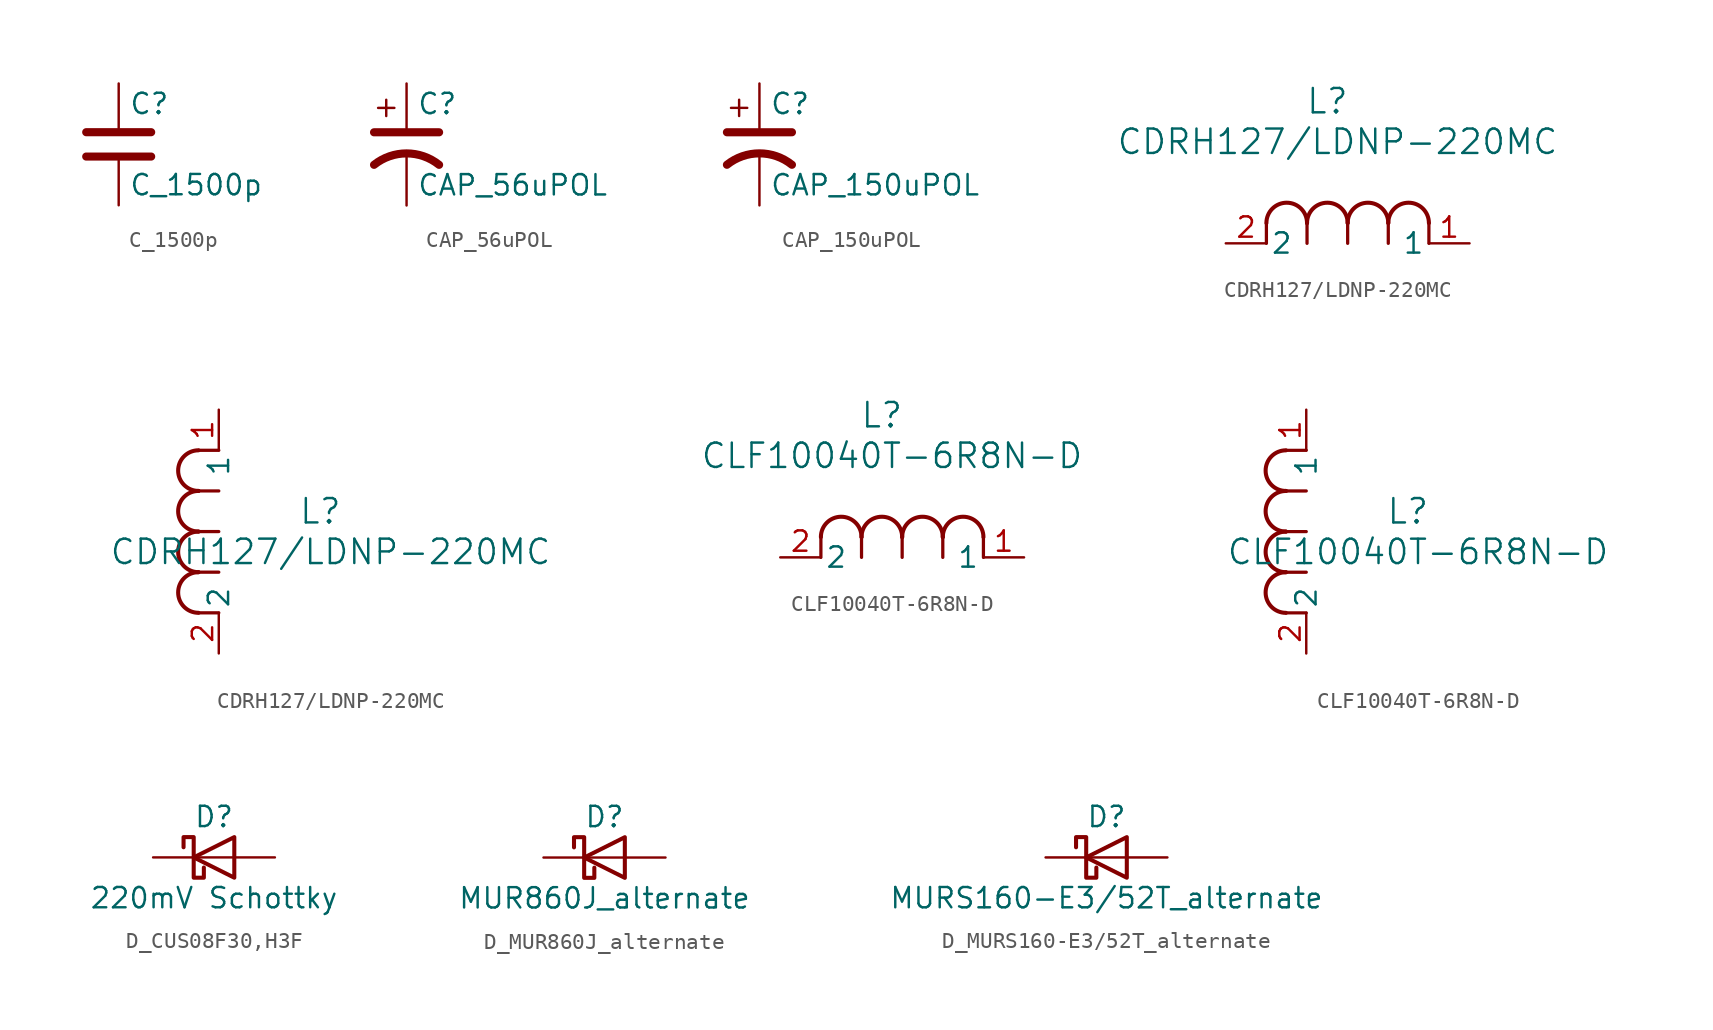
<source format=kicad_sym>
(kicad_symbol_lib
  (version 20241209)
  (generator "kicad_symbol_editor")
  (generator_version "9.0")
  (symbol "C_1500p"
    (pin_numbers
      (hide yes))
    (pin_names
      (offset 0.254))
    (property "Reference" "C"
      (at 0.635 2.54 0)
      (effects (font (size 1.27 1.27)) (justify left)))
    (property "Value" "C_1500p"
      (at 0.635 -2.54 0)
      (effects (font (size 1.27 1.27)) (justify left)))
    (symbol "C_1500p_0_1"
      (polyline (pts (xy -2.032 0.762) (xy 2.032 0.762)) (stroke (width 0.508) (type default)) (fill (type none)))
      (polyline (pts (xy -2.032 -0.762) (xy 2.032 -0.762)) (stroke (width 0.508) (type default)) (fill (type none))))
    (symbol "C_1500p_1_1"
      (pin passive line (at 0 3.81 270) (length 2.794) (name "~" (effects (font (size 1.27 1.27)))) (number "1" (effects (font (size 1.27 1.27)))))
      (pin passive line (at 0 -3.81 90) (length 2.794) (name "~" (effects (font (size 1.27 1.27)))) (number "2" (effects (font (size 1.27 1.27)))))))
  (symbol "CAP_56uPOL"
    (pin_numbers
      (hide yes))
    (pin_names
      (offset 0.254)
      (hide yes))
    (property "Reference" "C"
      (at 0.635 2.54 0)
      (effects (font (size 1.27 1.27)) (justify left)))
    (property "Value" "CAP_56uPOL"
      (at 0.635 -2.54 0)
      (effects (font (size 1.27 1.27)) (justify left)))
    (symbol "CAP_56uPOL_0_1"
      (polyline (pts (xy -2.032 0.762) (xy 2.032 0.762)) (stroke (width 0.508) (type default)) (fill (type none)))
      (polyline (pts (xy -1.778 2.286) (xy -0.762 2.286)) (stroke (width 0) (type default)) (fill (type none)))
      (polyline (pts (xy -1.27 1.778) (xy -1.27 2.794)) (stroke (width 0) (type default)) (fill (type none)))
      (arc (start -2.032 -1.27) (mid 0 -0.5572) (end 2.032 -1.27) (stroke (width 0.508) (type default)) (fill (type none))))
    (symbol "CAP_56uPOL_1_1"
      (pin passive line (at 0 3.81 270) (length 2.794) (name "~" (effects (font (size 1.27 1.27)))) (number "1" (effects (font (size 1.27 1.27)))))
      (pin passive line (at 0 -3.81 90) (length 3.302) (name "~" (effects (font (size 1.27 1.27)))) (number "2" (effects (font (size 1.27 1.27)))))))
  (symbol "CAP_150uPOL"
    (pin_numbers
      (hide yes))
    (pin_names
      (offset 0.254)
      (hide yes))
    (property "Reference" "C"
      (at 0.635 2.54 0)
      (effects (font (size 1.27 1.27)) (justify left)))
    (property "Value" "CAP_150uPOL"
      (at 0.635 -2.54 0)
      (effects (font (size 1.27 1.27)) (justify left)))
    (symbol "CAP_150uPOL_0_1"
      (polyline (pts (xy -2.032 0.762) (xy 2.032 0.762)) (stroke (width 0.508) (type default)) (fill (type none)))
      (polyline (pts (xy -1.778 2.286) (xy -0.762 2.286)) (stroke (width 0) (type default)) (fill (type none)))
      (polyline (pts (xy -1.27 1.778) (xy -1.27 2.794)) (stroke (width 0) (type default)) (fill (type none)))
      (arc (start -2.032 -1.27) (mid 0 -0.5572) (end 2.032 -1.27) (stroke (width 0.508) (type default)) (fill (type none))))
    (symbol "CAP_150uPOL_1_1"
      (pin passive line (at 0 3.81 270) (length 2.794) (name "~" (effects (font (size 1.27 1.27)))) (number "1" (effects (font (size 1.27 1.27)))))
      (pin passive line (at 0 -3.81 90) (length 3.302) (name "~" (effects (font (size 1.27 1.27)))) (number "2" (effects (font (size 1.27 1.27)))))))
  (symbol "CDRH127/LDNP-220MC"
    (pin_names
      (offset 0.254))
    (property "Reference" "L"
      (at 6.35 8.89 0)
      (effects (font (size 1.524 1.524))))
    (property "Value" "CDRH127/LDNP-220MC"
      (at 6.985 6.35 0)
      (effects (font (size 1.524 1.524))))
    (symbol "CDRH127/LDNP-220MC_1_1"
      (polyline (pts (xy 2.54 0) (xy 2.54 1.27)) (stroke (width 0.203) (type default)) (fill (type none)))
      (arc (start 2.54 1.27) (mid 3.81 2.5345) (end 5.08 1.27) (stroke (width 0.254) (type default)) (fill (type none)))
      (polyline (pts (xy 5.08 0) (xy 5.08 1.27)) (stroke (width 0.203) (type default)) (fill (type none)))
      (arc (start 5.08 1.27) (mid 6.35 2.5345) (end 7.62 1.27) (stroke (width 0.254) (type default)) (fill (type none)))
      (polyline (pts (xy 7.62 0) (xy 7.62 1.27)) (stroke (width 0.203) (type default)) (fill (type none)))
      (arc (start 7.62 1.27) (mid 8.89 2.5345) (end 10.16 1.27) (stroke (width 0.254) (type default)) (fill (type none)))
      (polyline (pts (xy 10.16 0) (xy 10.16 1.27)) (stroke (width 0.203) (type default)) (fill (type none)))
      (arc (start 10.16 1.27) (mid 11.43 2.5345) (end 12.7 1.27) (stroke (width 0.254) (type default)) (fill (type none)))
      (polyline (pts (xy 12.7 0) (xy 12.7 1.27)) (stroke (width 0.203) (type default)) (fill (type none)))
      (pin unspecified line (at 0 0 0) (length 2.54) (name "2" (effects (font (size 1.27 1.27)))) (number "2" (effects (font (size 1.27 1.27)))))
      (pin unspecified line (at 15.24 0 180) (length 2.54) (name "1" (effects (font (size 1.27 1.27)))) (number "1" (effects (font (size 1.27 1.27))))))
    (symbol "CDRH127/LDNP-220MC_1_2"
      (arc (start -1.27 10.16) (mid -2.5345 11.43) (end -1.27 12.7) (stroke (width 0.254) (type default)) (fill (type none)))
      (arc (start -1.27 7.62) (mid -2.5345 8.89) (end -1.27 10.16) (stroke (width 0.254) (type default)) (fill (type none)))
      (arc (start -1.27 5.08) (mid -2.5345 6.35) (end -1.27 7.62) (stroke (width 0.254) (type default)) (fill (type none)))
      (arc (start -1.27 2.54) (mid -2.5345 3.81) (end -1.27 5.08) (stroke (width 0.254) (type default)) (fill (type none)))
      (polyline (pts (xy 0 12.7) (xy -1.27 12.7)) (stroke (width 0.203) (type default)) (fill (type none)))
      (polyline (pts (xy 0 10.16) (xy -1.27 10.16)) (stroke (width 0.203) (type default)) (fill (type none)))
      (polyline (pts (xy 0 7.62) (xy -1.27 7.62)) (stroke (width 0.203) (type default)) (fill (type none)))
      (polyline (pts (xy 0 5.08) (xy -1.27 5.08)) (stroke (width 0.203) (type default)) (fill (type none)))
      (polyline (pts (xy 0 2.54) (xy -1.27 2.54)) (stroke (width 0.203) (type default)) (fill (type none)))
      (pin unspecified line (at 0 15.24 270) (length 2.54) (name "1" (effects (font (size 1.27 1.27)))) (number "1" (effects (font (size 1.27 1.27)))))
      (pin unspecified line (at 0 0 90) (length 2.54) (name "2" (effects (font (size 1.27 1.27)))) (number "2" (effects (font (size 1.27 1.27)))))))
  (symbol "CLF10040T-6R8N-D"
    (pin_names
      (offset 0.254))
    (property "Reference" "L"
      (at 6.35 8.89 0)
      (effects (font (size 1.524 1.524))))
    (property "Value" "CLF10040T-6R8N-D"
      (at 6.985 6.35 0)
      (effects (font (size 1.524 1.524))))
    (symbol "CLF10040T-6R8N-D_1_1"
      (polyline (pts (xy 2.54 0) (xy 2.54 1.27)) (stroke (width 0.203) (type default)) (fill (type none)))
      (arc (start 2.54 1.27) (mid 3.81 2.5345) (end 5.08 1.27) (stroke (width 0.254) (type default)) (fill (type none)))
      (polyline (pts (xy 5.08 0) (xy 5.08 1.27)) (stroke (width 0.203) (type default)) (fill (type none)))
      (arc (start 5.08 1.27) (mid 6.35 2.5345) (end 7.62 1.27) (stroke (width 0.254) (type default)) (fill (type none)))
      (polyline (pts (xy 7.62 0) (xy 7.62 1.27)) (stroke (width 0.203) (type default)) (fill (type none)))
      (arc (start 7.62 1.27) (mid 8.89 2.5345) (end 10.16 1.27) (stroke (width 0.254) (type default)) (fill (type none)))
      (polyline (pts (xy 10.16 0) (xy 10.16 1.27)) (stroke (width 0.203) (type default)) (fill (type none)))
      (arc (start 10.16 1.27) (mid 11.43 2.5345) (end 12.7 1.27) (stroke (width 0.254) (type default)) (fill (type none)))
      (polyline (pts (xy 12.7 0) (xy 12.7 1.27)) (stroke (width 0.203) (type default)) (fill (type none)))
      (pin unspecified line (at 0 0 0) (length 2.54) (name "2" (effects (font (size 1.27 1.27)))) (number "2" (effects (font (size 1.27 1.27)))))
      (pin unspecified line (at 15.24 0 180) (length 2.54) (name "1" (effects (font (size 1.27 1.27)))) (number "1" (effects (font (size 1.27 1.27))))))
    (symbol "CLF10040T-6R8N-D_1_2"
      (arc (start -1.27 10.16) (mid -2.5345 11.43) (end -1.27 12.7) (stroke (width 0.254) (type default)) (fill (type none)))
      (arc (start -1.27 7.62) (mid -2.5345 8.89) (end -1.27 10.16) (stroke (width 0.254) (type default)) (fill (type none)))
      (arc (start -1.27 5.08) (mid -2.5345 6.35) (end -1.27 7.62) (stroke (width 0.254) (type default)) (fill (type none)))
      (arc (start -1.27 2.54) (mid -2.5345 3.81) (end -1.27 5.08) (stroke (width 0.254) (type default)) (fill (type none)))
      (polyline (pts (xy 0 12.7) (xy -1.27 12.7)) (stroke (width 0.203) (type default)) (fill (type none)))
      (polyline (pts (xy 0 10.16) (xy -1.27 10.16)) (stroke (width 0.203) (type default)) (fill (type none)))
      (polyline (pts (xy 0 7.62) (xy -1.27 7.62)) (stroke (width 0.203) (type default)) (fill (type none)))
      (polyline (pts (xy 0 5.08) (xy -1.27 5.08)) (stroke (width 0.203) (type default)) (fill (type none)))
      (polyline (pts (xy 0 2.54) (xy -1.27 2.54)) (stroke (width 0.203) (type default)) (fill (type none)))
      (pin unspecified line (at 0 15.24 270) (length 2.54) (name "1" (effects (font (size 1.27 1.27)))) (number "1" (effects (font (size 1.27 1.27)))))
      (pin unspecified line (at 0 0 90) (length 2.54) (name "2" (effects (font (size 1.27 1.27)))) (number "2" (effects (font (size 1.27 1.27)))))))
  (symbol "D_CUS08F30,H3F"
    (pin_numbers
      (hide yes))
    (pin_names
      (offset 1.016)
      (hide yes))
    (property "Reference" "D"
      (at 0 2.54 0)
      (effects (font (size 1.27 1.27))))
    (property "Value" "220mV Schottky"
      (at 0 -2.54 0)
      (effects (font (size 1.27 1.27))))
    (symbol "D_CUS08F30,H3F_0_1"
      (polyline (pts (xy -1.905 0.635) (xy -1.905 1.27) (xy -1.27 1.27) (xy -1.27 -1.27) (xy -0.635 -1.27) (xy -0.635 -0.635)) (stroke (width 0.254) (type default)) (fill (type none)))
      (polyline (pts (xy 1.27 1.27) (xy 1.27 -1.27) (xy -1.27 0) (xy 1.27 1.27)) (stroke (width 0.254) (type default)) (fill (type none)))
      (polyline (pts (xy 1.27 0) (xy -1.27 0)) (stroke (width 0) (type default)) (fill (type none))))
    (symbol "D_CUS08F30,H3F_1_1"
      (pin passive line (at -3.81 0 0) (length 2.54) (name "K" (effects (font (size 1.27 1.27)))) (number "1" (effects (font (size 1.27 1.27)))))
      (pin passive line (at 3.81 0 180) (length 2.54) (name "A" (effects (font (size 1.27 1.27)))) (number "2" (effects (font (size 1.27 1.27)))))))
  (symbol "D_MUR860J_alternate"
    (pin_numbers
      (hide yes))
    (pin_names
      (offset 1.016)
      (hide yes))
    (property "Reference" "D"
      (at 0 2.54 0)
      (effects (font (size 1.27 1.27))))
    (property "Value" "MUR860J_alternate"
      (at 0 -2.54 0)
      (effects (font (size 1.27 1.27))))
    (symbol "D_MUR860J_alternate_0_1"
      (polyline (pts (xy -1.905 0.635) (xy -1.905 1.27) (xy -1.27 1.27) (xy -1.27 -1.27) (xy -0.635 -1.27) (xy -0.635 -0.635)) (stroke (width 0.254) (type default)) (fill (type none)))
      (polyline (pts (xy 1.27 1.27) (xy 1.27 -1.27) (xy -1.27 0) (xy 1.27 1.27)) (stroke (width 0.254) (type default)) (fill (type none)))
      (polyline (pts (xy 1.27 0) (xy -1.27 0)) (stroke (width 0) (type default)) (fill (type none))))
    (symbol "D_MUR860J_alternate_1_1"
      (pin passive line (at -3.81 0 0) (length 2.54) (name "K" (effects (font (size 1.27 1.27)))) (number "1" (effects (font (size 1.27 1.27)))))
      (pin passive line (at 3.81 0 180) (length 2.54) (name "A" (effects (font (size 1.27 1.27)))) (number "2" (effects (font (size 1.27 1.27)))))))
  (symbol "D_MURS160-E3/52T_alternate"
    (pin_numbers
      (hide yes))
    (pin_names
      (offset 1.016)
      (hide yes))
    (property "Reference" "D"
      (at 0 2.54 0)
      (effects (font (size 1.27 1.27))))
    (property "Value" "MURS160-E3/52T_alternate"
      (at 0 -2.54 0)
      (effects (font (size 1.27 1.27))))
    (symbol "D_MURS160-E3/52T_alternate_0_1"
      (polyline (pts (xy -1.905 0.635) (xy -1.905 1.27) (xy -1.27 1.27) (xy -1.27 -1.27) (xy -0.635 -1.27) (xy -0.635 -0.635)) (stroke (width 0.254) (type default)) (fill (type none)))
      (polyline (pts (xy 1.27 1.27) (xy 1.27 -1.27) (xy -1.27 0) (xy 1.27 1.27)) (stroke (width 0.254) (type default)) (fill (type none)))
      (polyline (pts (xy 1.27 0) (xy -1.27 0)) (stroke (width 0) (type default)) (fill (type none))))
    (symbol "D_MURS160-E3/52T_alternate_1_1"
      (pin passive line (at -3.81 0 0) (length 2.54) (name "K" (effects (font (size 1.27 1.27)))) (number "1" (effects (font (size 1.27 1.27)))))
      (pin passive line (at 3.81 0 180) (length 2.54) (name "A" (effects (font (size 1.27 1.27)))) (number "2" (effects (font (size 1.27 1.27))))))))
</source>
